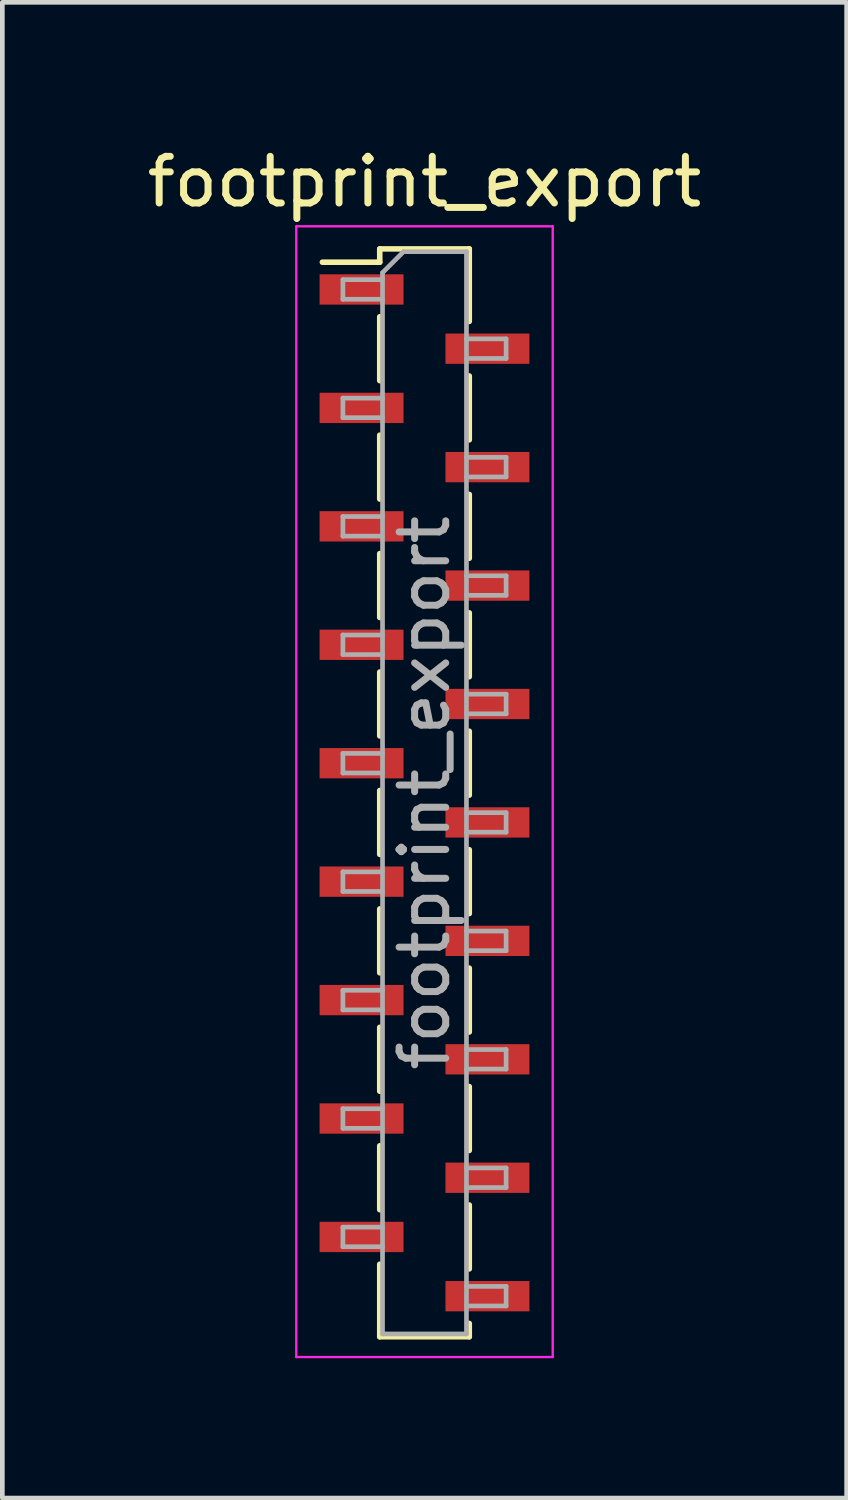
<source format=kicad_pcb>
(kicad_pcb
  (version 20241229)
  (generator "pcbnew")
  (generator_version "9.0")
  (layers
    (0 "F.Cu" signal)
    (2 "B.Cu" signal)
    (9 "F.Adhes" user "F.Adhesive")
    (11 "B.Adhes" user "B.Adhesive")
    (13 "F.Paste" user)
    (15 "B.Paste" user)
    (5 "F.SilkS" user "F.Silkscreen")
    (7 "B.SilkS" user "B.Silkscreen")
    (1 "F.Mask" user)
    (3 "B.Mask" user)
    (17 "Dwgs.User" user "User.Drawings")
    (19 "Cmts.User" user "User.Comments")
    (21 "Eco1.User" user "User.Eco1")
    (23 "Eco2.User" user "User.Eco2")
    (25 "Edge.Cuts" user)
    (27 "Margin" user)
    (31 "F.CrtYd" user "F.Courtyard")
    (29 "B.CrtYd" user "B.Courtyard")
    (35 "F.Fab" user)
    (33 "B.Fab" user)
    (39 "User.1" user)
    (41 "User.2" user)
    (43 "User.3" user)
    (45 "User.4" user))
  (footprint "footprint_export"
    (layer "F.Cu")
    (at 6.054 13.953)
    (property "Reference" "footprint_export" (at 0 -13.105 0) (layer "F.SilkS") (effects (font (size 1 1) (thickness 0.15))))
    (attr smd)
    (fp_line (start -2.19 -11.38) (end -0.96 -11.38) (stroke (width 0.12) (type solid)) (layer "F.SilkS"))
    (fp_line (start -0.96 -11.665) (end -0.96 -11.38) (stroke (width 0.12) (type solid)) (layer "F.SilkS"))
    (fp_line (start -0.96 -11.665) (end 0.96 -11.665) (stroke (width 0.12) (type solid)) (layer "F.SilkS"))
    (fp_line (start -0.96 -10.21) (end -0.96 -8.84) (stroke (width 0.12) (type solid)) (layer "F.SilkS"))
    (fp_line (start -0.96 -7.67) (end -0.96 -6.3) (stroke (width 0.12) (type solid)) (layer "F.SilkS"))
    (fp_line (start -0.96 -5.13) (end -0.96 -3.76) (stroke (width 0.12) (type solid)) (layer "F.SilkS"))
    (fp_line (start -0.96 -2.59) (end -0.96 -1.22) (stroke (width 0.12) (type solid)) (layer "F.SilkS"))
    (fp_line (start -0.96 -0.05) (end -0.96 1.32) (stroke (width 0.12) (type solid)) (layer "F.SilkS"))
    (fp_line (start -0.96 2.49) (end -0.96 3.86) (stroke (width 0.12) (type solid)) (layer "F.SilkS"))
    (fp_line (start -0.96 5.03) (end -0.96 6.4) (stroke (width 0.12) (type solid)) (layer "F.SilkS"))
    (fp_line (start -0.96 7.57) (end -0.96 8.94) (stroke (width 0.12) (type solid)) (layer "F.SilkS"))
    (fp_line (start -0.96 10.11) (end -0.96 11.665) (stroke (width 0.12) (type solid)) (layer "F.SilkS"))
    (fp_line (start -0.96 11.665) (end 0.96 11.665) (stroke (width 0.12) (type solid)) (layer "F.SilkS"))
    (fp_line (start 0.96 -11.665) (end 0.96 -10.11) (stroke (width 0.12) (type solid)) (layer "F.SilkS"))
    (fp_line (start 0.96 -8.94) (end 0.96 -7.57) (stroke (width 0.12) (type solid)) (layer "F.SilkS"))
    (fp_line (start 0.96 -6.4) (end 0.96 -5.03) (stroke (width 0.12) (type solid)) (layer "F.SilkS"))
    (fp_line (start 0.96 -3.86) (end 0.96 -2.49) (stroke (width 0.12) (type solid)) (layer "F.SilkS"))
    (fp_line (start 0.96 -1.32) (end 0.96 0.05) (stroke (width 0.12) (type solid)) (layer "F.SilkS"))
    (fp_line (start 0.96 1.22) (end 0.96 2.59) (stroke (width 0.12) (type solid)) (layer "F.SilkS"))
    (fp_line (start 0.96 3.76) (end 0.96 5.13) (stroke (width 0.12) (type solid)) (layer "F.SilkS"))
    (fp_line (start 0.96 6.3) (end 0.96 7.67) (stroke (width 0.12) (type solid)) (layer "F.SilkS"))
    (fp_line (start 0.96 8.84) (end 0.96 10.21) (stroke (width 0.12) (type solid)) (layer "F.SilkS"))
    (fp_line (start 0.96 11.38) (end 0.96 11.665) (stroke (width 0.12) (type solid)) (layer "F.SilkS"))
    (fp_line (start -2.75 -12.15) (end 2.75 -12.15) (stroke (width 0.05) (type solid)) (layer "F.CrtYd"))
    (fp_line (start -2.75 12.1) (end -2.75 -12.15) (stroke (width 0.05) (type solid)) (layer "F.CrtYd"))
    (fp_line (start 2.75 -12.15) (end 2.75 12.1) (stroke (width 0.05) (type solid)) (layer "F.CrtYd"))
    (fp_line (start 2.75 12.1) (end -2.75 12.1) (stroke (width 0.05) (type solid)) (layer "F.CrtYd"))
    (fp_line (start -1.75 -11.005) (end -0.9 -11.005) (stroke (width 0.1) (type solid)) (layer "F.Fab"))
    (fp_line (start -1.75 -10.585) (end -1.75 -11.005) (stroke (width 0.1) (type solid)) (layer "F.Fab"))
    (fp_line (start -1.75 -8.465) (end -0.9 -8.465) (stroke (width 0.1) (type solid)) (layer "F.Fab"))
    (fp_line (start -1.75 -8.045) (end -1.75 -8.465) (stroke (width 0.1) (type solid)) (layer "F.Fab"))
    (fp_line (start -1.75 -5.925) (end -0.9 -5.925) (stroke (width 0.1) (type solid)) (layer "F.Fab"))
    (fp_line (start -1.75 -5.505) (end -1.75 -5.925) (stroke (width 0.1) (type solid)) (layer "F.Fab"))
    (fp_line (start -1.75 -3.385) (end -0.9 -3.385) (stroke (width 0.1) (type solid)) (layer "F.Fab"))
    (fp_line (start -1.75 -2.965) (end -1.75 -3.385) (stroke (width 0.1) (type solid)) (layer "F.Fab"))
    (fp_line (start -1.75 -0.845) (end -0.9 -0.845) (stroke (width 0.1) (type solid)) (layer "F.Fab"))
    (fp_line (start -1.75 -0.425) (end -1.75 -0.845) (stroke (width 0.1) (type solid)) (layer "F.Fab"))
    (fp_line (start -1.75 1.695) (end -0.9 1.695) (stroke (width 0.1) (type solid)) (layer "F.Fab"))
    (fp_line (start -1.75 2.115) (end -1.75 1.695) (stroke (width 0.1) (type solid)) (layer "F.Fab"))
    (fp_line (start -1.75 4.235) (end -0.9 4.235) (stroke (width 0.1) (type solid)) (layer "F.Fab"))
    (fp_line (start -1.75 4.655) (end -1.75 4.235) (stroke (width 0.1) (type solid)) (layer "F.Fab"))
    (fp_line (start -1.75 6.775) (end -0.9 6.775) (stroke (width 0.1) (type solid)) (layer "F.Fab"))
    (fp_line (start -1.75 7.195) (end -1.75 6.775) (stroke (width 0.1) (type solid)) (layer "F.Fab"))
    (fp_line (start -1.75 9.315) (end -0.9 9.315) (stroke (width 0.1) (type solid)) (layer "F.Fab"))
    (fp_line (start -1.75 9.735) (end -1.75 9.315) (stroke (width 0.1) (type solid)) (layer "F.Fab"))
    (fp_line (start -0.9 -11.155) (end -0.45 -11.605) (stroke (width 0.1) (type solid)) (layer "F.Fab"))
    (fp_line (start -0.9 -10.585) (end -1.75 -10.585) (stroke (width 0.1) (type solid)) (layer "F.Fab"))
    (fp_line (start -0.9 -8.045) (end -1.75 -8.045) (stroke (width 0.1) (type solid)) (layer "F.Fab"))
    (fp_line (start -0.9 -5.505) (end -1.75 -5.505) (stroke (width 0.1) (type solid)) (layer "F.Fab"))
    (fp_line (start -0.9 -2.965) (end -1.75 -2.965) (stroke (width 0.1) (type solid)) (layer "F.Fab"))
    (fp_line (start -0.9 -0.425) (end -1.75 -0.425) (stroke (width 0.1) (type solid)) (layer "F.Fab"))
    (fp_line (start -0.9 2.115) (end -1.75 2.115) (stroke (width 0.1) (type solid)) (layer "F.Fab"))
    (fp_line (start -0.9 4.655) (end -1.75 4.655) (stroke (width 0.1) (type solid)) (layer "F.Fab"))
    (fp_line (start -0.9 7.195) (end -1.75 7.195) (stroke (width 0.1) (type solid)) (layer "F.Fab"))
    (fp_line (start -0.9 9.735) (end -1.75 9.735) (stroke (width 0.1) (type solid)) (layer "F.Fab"))
    (fp_line (start -0.9 11.605) (end -0.9 -11.155) (stroke (width 0.1) (type solid)) (layer "F.Fab"))
    (fp_line (start -0.45 -11.605) (end 0.9 -11.605) (stroke (width 0.1) (type solid)) (layer "F.Fab"))
    (fp_line (start 0.9 -11.605) (end 0.9 11.605) (stroke (width 0.1) (type solid)) (layer "F.Fab"))
    (fp_line (start 0.9 -9.735) (end 1.75 -9.735) (stroke (width 0.1) (type solid)) (layer "F.Fab"))
    (fp_line (start 0.9 -7.195) (end 1.75 -7.195) (stroke (width 0.1) (type solid)) (layer "F.Fab"))
    (fp_line (start 0.9 -4.655) (end 1.75 -4.655) (stroke (width 0.1) (type solid)) (layer "F.Fab"))
    (fp_line (start 0.9 -2.115) (end 1.75 -2.115) (stroke (width 0.1) (type solid)) (layer "F.Fab"))
    (fp_line (start 0.9 0.425) (end 1.75 0.425) (stroke (width 0.1) (type solid)) (layer "F.Fab"))
    (fp_line (start 0.9 2.965) (end 1.75 2.965) (stroke (width 0.1) (type solid)) (layer "F.Fab"))
    (fp_line (start 0.9 5.505) (end 1.75 5.505) (stroke (width 0.1) (type solid)) (layer "F.Fab"))
    (fp_line (start 0.9 8.045) (end 1.75 8.045) (stroke (width 0.1) (type solid)) (layer "F.Fab"))
    (fp_line (start 0.9 10.585) (end 1.75 10.585) (stroke (width 0.1) (type solid)) (layer "F.Fab"))
    (fp_line (start 0.9 11.605) (end -0.9 11.605) (stroke (width 0.1) (type solid)) (layer "F.Fab"))
    (fp_line (start 1.75 -9.735) (end 1.75 -9.315) (stroke (width 0.1) (type solid)) (layer "F.Fab"))
    (fp_line (start 1.75 -9.315) (end 0.9 -9.315) (stroke (width 0.1) (type solid)) (layer "F.Fab"))
    (fp_line (start 1.75 -7.195) (end 1.75 -6.775) (stroke (width 0.1) (type solid)) (layer "F.Fab"))
    (fp_line (start 1.75 -6.775) (end 0.9 -6.775) (stroke (width 0.1) (type solid)) (layer "F.Fab"))
    (fp_line (start 1.75 -4.655) (end 1.75 -4.235) (stroke (width 0.1) (type solid)) (layer "F.Fab"))
    (fp_line (start 1.75 -4.235) (end 0.9 -4.235) (stroke (width 0.1) (type solid)) (layer "F.Fab"))
    (fp_line (start 1.75 -2.115) (end 1.75 -1.695) (stroke (width 0.1) (type solid)) (layer "F.Fab"))
    (fp_line (start 1.75 -1.695) (end 0.9 -1.695) (stroke (width 0.1) (type solid)) (layer "F.Fab"))
    (fp_line (start 1.75 0.425) (end 1.75 0.845) (stroke (width 0.1) (type solid)) (layer "F.Fab"))
    (fp_line (start 1.75 0.845) (end 0.9 0.845) (stroke (width 0.1) (type solid)) (layer "F.Fab"))
    (fp_line (start 1.75 2.965) (end 1.75 3.385) (stroke (width 0.1) (type solid)) (layer "F.Fab"))
    (fp_line (start 1.75 3.385) (end 0.9 3.385) (stroke (width 0.1) (type solid)) (layer "F.Fab"))
    (fp_line (start 1.75 5.505) (end 1.75 5.925) (stroke (width 0.1) (type solid)) (layer "F.Fab"))
    (fp_line (start 1.75 5.925) (end 0.9 5.925) (stroke (width 0.1) (type solid)) (layer "F.Fab"))
    (fp_line (start 1.75 8.045) (end 1.75 8.465) (stroke (width 0.1) (type solid)) (layer "F.Fab"))
    (fp_line (start 1.75 8.465) (end 0.9 8.465) (stroke (width 0.1) (type solid)) (layer "F.Fab"))
    (fp_line (start 1.75 10.585) (end 1.75 11.005) (stroke (width 0.1) (type solid)) (layer "F.Fab"))
    (fp_line (start 1.75 11.005) (end 0.9 11.005) (stroke (width 0.1) (type solid)) (layer "F.Fab"))
    (fp_text user "${REFERENCE}" (at 0 0 90) (layer "F.Fab") (effects (font (size 1 1) (thickness 0.15))))
    (pad "1" smd rect (at -1.35 -10.795) (size 1.8 0.65) (layers "F.Cu" "F.Mask" "F.Paste"))
    (pad "2" smd rect (at 1.35 -9.525) (size 1.8 0.65) (layers "F.Cu" "F.Mask" "F.Paste"))
    (pad "3" smd rect (at -1.35 -8.255) (size 1.8 0.65) (layers "F.Cu" "F.Mask" "F.Paste"))
    (pad "4" smd rect (at 1.35 -6.985) (size 1.8 0.65) (layers "F.Cu" "F.Mask" "F.Paste"))
    (pad "5" smd rect (at -1.35 -5.715) (size 1.8 0.65) (layers "F.Cu" "F.Mask" "F.Paste"))
    (pad "6" smd rect (at 1.35 -4.445) (size 1.8 0.65) (layers "F.Cu" "F.Mask" "F.Paste"))
    (pad "7" smd rect (at -1.35 -3.175) (size 1.8 0.65) (layers "F.Cu" "F.Mask" "F.Paste"))
    (pad "8" smd rect (at 1.35 -1.905) (size 1.8 0.65) (layers "F.Cu" "F.Mask" "F.Paste"))
    (pad "9" smd rect (at -1.35 -0.635) (size 1.8 0.65) (layers "F.Cu" "F.Mask" "F.Paste"))
    (pad "10" smd rect (at 1.35 0.635) (size 1.8 0.65) (layers "F.Cu" "F.Mask" "F.Paste"))
    (pad "11" smd rect (at -1.35 1.905) (size 1.8 0.65) (layers "F.Cu" "F.Mask" "F.Paste"))
    (pad "12" smd rect (at 1.35 3.175) (size 1.8 0.65) (layers "F.Cu" "F.Mask" "F.Paste"))
    (pad "13" smd rect (at -1.35 4.445) (size 1.8 0.65) (layers "F.Cu" "F.Mask" "F.Paste"))
    (pad "14" smd rect (at 1.35 5.715) (size 1.8 0.65) (layers "F.Cu" "F.Mask" "F.Paste"))
    (pad "15" smd rect (at -1.35 6.985) (size 1.8 0.65) (layers "F.Cu" "F.Mask" "F.Paste"))
    (pad "16" smd rect (at 1.35 8.255) (size 1.8 0.65) (layers "F.Cu" "F.Mask" "F.Paste"))
    (pad "17" smd rect (at -1.35 9.525) (size 1.8 0.65) (layers "F.Cu" "F.Mask" "F.Paste"))
    (pad "18" smd rect (at 1.35 10.795) (size 1.8 0.65) (layers "F.Cu" "F.Mask" "F.Paste")))
  (gr_rect
    (start -3 -3)
    (end 15.107 29.078)
    (stroke (width 0.1) (type default))
    (fill no)
    (layer "Edge.Cuts")))
</source>
